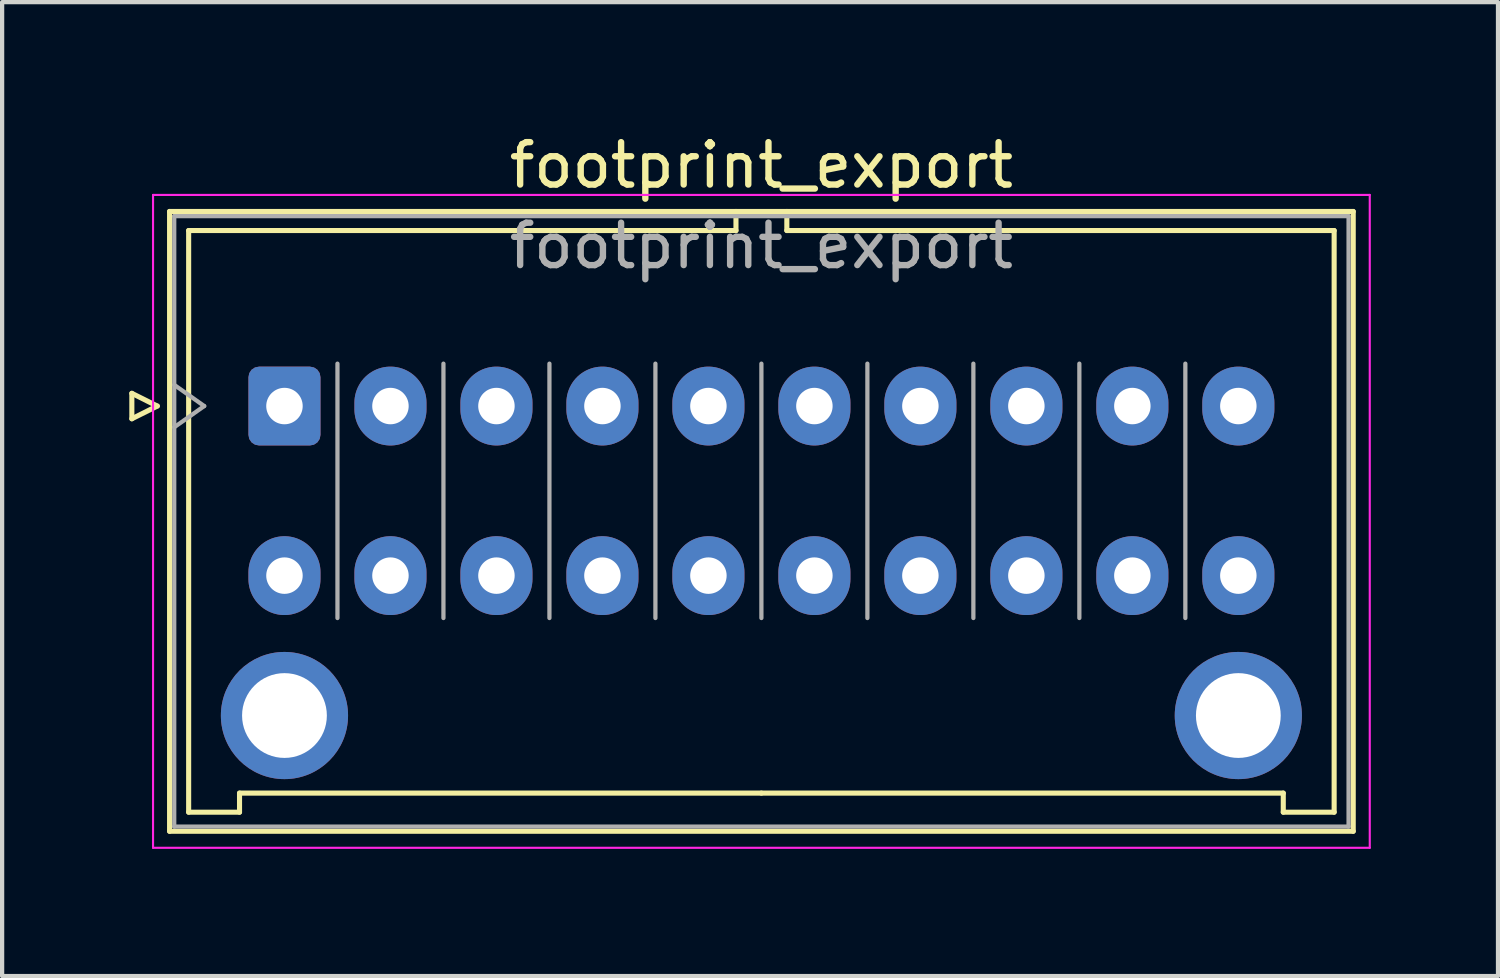
<source format=kicad_pcb>
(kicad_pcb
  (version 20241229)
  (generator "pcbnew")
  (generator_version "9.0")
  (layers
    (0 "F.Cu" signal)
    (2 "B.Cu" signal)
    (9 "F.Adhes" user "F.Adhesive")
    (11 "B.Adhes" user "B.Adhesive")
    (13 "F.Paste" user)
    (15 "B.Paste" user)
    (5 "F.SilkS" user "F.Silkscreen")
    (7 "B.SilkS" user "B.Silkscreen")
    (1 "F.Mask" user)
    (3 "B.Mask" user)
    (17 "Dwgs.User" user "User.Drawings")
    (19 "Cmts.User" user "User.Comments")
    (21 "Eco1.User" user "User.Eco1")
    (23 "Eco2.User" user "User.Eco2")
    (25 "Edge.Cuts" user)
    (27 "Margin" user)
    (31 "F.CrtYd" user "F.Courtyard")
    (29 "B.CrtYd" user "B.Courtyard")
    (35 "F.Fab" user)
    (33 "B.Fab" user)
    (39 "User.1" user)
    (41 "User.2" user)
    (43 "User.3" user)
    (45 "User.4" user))
  (footprint "footprint_export"
    (layer "F.Cu")
    (at 3.66 6.528)
    (property "Reference" "footprint_export" (at 11.25 -5.68 0) (layer "F.SilkS") (effects (font (size 1 1) (thickness 0.15))))
    (attr through_hole)
    (fp_line (start -3.6 -0.3) (end -3 0) (stroke (width 0.12) (type solid)) (layer "F.SilkS"))
    (fp_line (start -3.6 0.3) (end -3.6 -0.3) (stroke (width 0.12) (type solid)) (layer "F.SilkS"))
    (fp_line (start -3 0) (end -3.6 0.3) (stroke (width 0.12) (type solid)) (layer "F.SilkS"))
    (fp_line (start -2.71 -4.59) (end -2.71 10.03) (stroke (width 0.12) (type solid)) (layer "F.SilkS"))
    (fp_line (start -2.71 10.03) (end 25.21 10.03) (stroke (width 0.12) (type solid)) (layer "F.SilkS"))
    (fp_line (start -2.26 -4.14) (end -2.26 9.58) (stroke (width 0.12) (type solid)) (layer "F.SilkS"))
    (fp_line (start -2.26 9.58) (end -1.06 9.58) (stroke (width 0.12) (type solid)) (layer "F.SilkS"))
    (fp_line (start -1.06 9.13) (end 11.25 9.13) (stroke (width 0.12) (type solid)) (layer "F.SilkS"))
    (fp_line (start -1.06 9.58) (end -1.06 9.13) (stroke (width 0.12) (type solid)) (layer "F.SilkS"))
    (fp_line (start 10.65 -4.59) (end 10.65 -4.14) (stroke (width 0.12) (type solid)) (layer "F.SilkS"))
    (fp_line (start 10.65 -4.14) (end -2.26 -4.14) (stroke (width 0.12) (type solid)) (layer "F.SilkS"))
    (fp_line (start 11.85 -4.59) (end 11.85 -4.14) (stroke (width 0.12) (type solid)) (layer "F.SilkS"))
    (fp_line (start 11.85 -4.14) (end 24.76 -4.14) (stroke (width 0.12) (type solid)) (layer "F.SilkS"))
    (fp_line (start 23.56 9.13) (end 11.25 9.13) (stroke (width 0.12) (type solid)) (layer "F.SilkS"))
    (fp_line (start 23.56 9.58) (end 23.56 9.13) (stroke (width 0.12) (type solid)) (layer "F.SilkS"))
    (fp_line (start 24.76 -4.14) (end 24.76 9.58) (stroke (width 0.12) (type solid)) (layer "F.SilkS"))
    (fp_line (start 24.76 9.58) (end 23.56 9.58) (stroke (width 0.12) (type solid)) (layer "F.SilkS"))
    (fp_line (start 25.21 -4.59) (end -2.71 -4.59) (stroke (width 0.12) (type solid)) (layer "F.SilkS"))
    (fp_line (start 25.21 10.03) (end 25.21 -4.59) (stroke (width 0.12) (type solid)) (layer "F.SilkS"))
    (fp_line (start -3.1 -4.98) (end -3.1 10.42) (stroke (width 0.05) (type solid)) (layer "F.CrtYd"))
    (fp_line (start -3.1 10.42) (end 25.6 10.42) (stroke (width 0.05) (type solid)) (layer "F.CrtYd"))
    (fp_line (start 25.6 -4.98) (end -3.1 -4.98) (stroke (width 0.05) (type solid)) (layer "F.CrtYd"))
    (fp_line (start 25.6 10.42) (end 25.6 -4.98) (stroke (width 0.05) (type solid)) (layer "F.CrtYd"))
    (fp_line (start -2.6 -4.48) (end -2.6 9.92) (stroke (width 0.1) (type solid)) (layer "F.Fab"))
    (fp_line (start -2.6 0.5) (end -1.893 0) (stroke (width 0.1) (type solid)) (layer "F.Fab"))
    (fp_line (start -2.6 9.92) (end 25.1 9.92) (stroke (width 0.1) (type solid)) (layer "F.Fab"))
    (fp_line (start -1.893 0) (end -2.6 -0.5) (stroke (width 0.1) (type solid)) (layer "F.Fab"))
    (fp_line (start 1.25 5) (end 1.25 -1) (stroke (width 0.1) (type solid)) (layer "F.Fab"))
    (fp_line (start 3.75 5) (end 3.75 -1) (stroke (width 0.1) (type solid)) (layer "F.Fab"))
    (fp_line (start 6.25 5) (end 6.25 -1) (stroke (width 0.1) (type solid)) (layer "F.Fab"))
    (fp_line (start 8.75 5) (end 8.75 -1) (stroke (width 0.1) (type solid)) (layer "F.Fab"))
    (fp_line (start 11.25 5) (end 11.25 -1) (stroke (width 0.1) (type solid)) (layer "F.Fab"))
    (fp_line (start 13.75 5) (end 13.75 -1) (stroke (width 0.1) (type solid)) (layer "F.Fab"))
    (fp_line (start 16.25 5) (end 16.25 -1) (stroke (width 0.1) (type solid)) (layer "F.Fab"))
    (fp_line (start 18.75 5) (end 18.75 -1) (stroke (width 0.1) (type solid)) (layer "F.Fab"))
    (fp_line (start 21.25 5) (end 21.25 -1) (stroke (width 0.1) (type solid)) (layer "F.Fab"))
    (fp_line (start 25.1 -4.48) (end -2.6 -4.48) (stroke (width 0.1) (type solid)) (layer "F.Fab"))
    (fp_line (start 25.1 9.92) (end 25.1 -4.48) (stroke (width 0.1) (type solid)) (layer "F.Fab"))
    (fp_text user "${REFERENCE}" (at 11.25 -3.78 0) (layer "F.Fab") (effects (font (size 1 1) (thickness 0.15))))
    (pad "" thru_hole circle (at 0 7.3) (size 3 3) (drill 2) (layers "*.Cu" "*.Mask"))
    (pad "" thru_hole circle (at 22.5 7.3) (size 3 3) (drill 2) (layers "*.Cu" "*.Mask"))
    (pad "1" thru_hole roundrect (at 0 0) (size 1.7 1.86) (drill 0.86) (layers "*.Cu" "*.Mask") (roundrect_rratio 0.147))
    (pad "2" thru_hole oval (at 2.5 0) (size 1.7 1.86) (drill 0.86) (layers "*.Cu" "*.Mask"))
    (pad "3" thru_hole oval (at 5 0) (size 1.7 1.86) (drill 0.86) (layers "*.Cu" "*.Mask"))
    (pad "4" thru_hole oval (at 7.5 0) (size 1.7 1.86) (drill 0.86) (layers "*.Cu" "*.Mask"))
    (pad "5" thru_hole oval (at 10 0) (size 1.7 1.86) (drill 0.86) (layers "*.Cu" "*.Mask"))
    (pad "6" thru_hole oval (at 12.5 0) (size 1.7 1.86) (drill 0.86) (layers "*.Cu" "*.Mask"))
    (pad "7" thru_hole oval (at 15 0) (size 1.7 1.86) (drill 0.86) (layers "*.Cu" "*.Mask"))
    (pad "8" thru_hole oval (at 17.5 0) (size 1.7 1.86) (drill 0.86) (layers "*.Cu" "*.Mask"))
    (pad "9" thru_hole oval (at 20 0) (size 1.7 1.86) (drill 0.86) (layers "*.Cu" "*.Mask"))
    (pad "10" thru_hole oval (at 22.5 0) (size 1.7 1.86) (drill 0.86) (layers "*.Cu" "*.Mask"))
    (pad "11" thru_hole oval (at 0 4) (size 1.7 1.86) (drill 0.86) (layers "*.Cu" "*.Mask"))
    (pad "12" thru_hole oval (at 2.5 4) (size 1.7 1.86) (drill 0.86) (layers "*.Cu" "*.Mask"))
    (pad "13" thru_hole oval (at 5 4) (size 1.7 1.86) (drill 0.86) (layers "*.Cu" "*.Mask"))
    (pad "14" thru_hole oval (at 7.5 4) (size 1.7 1.86) (drill 0.86) (layers "*.Cu" "*.Mask"))
    (pad "15" thru_hole oval (at 10 4) (size 1.7 1.86) (drill 0.86) (layers "*.Cu" "*.Mask"))
    (pad "16" thru_hole oval (at 12.5 4) (size 1.7 1.86) (drill 0.86) (layers "*.Cu" "*.Mask"))
    (pad "17" thru_hole oval (at 15 4) (size 1.7 1.86) (drill 0.86) (layers "*.Cu" "*.Mask"))
    (pad "18" thru_hole oval (at 17.5 4) (size 1.7 1.86) (drill 0.86) (layers "*.Cu" "*.Mask"))
    (pad "19" thru_hole oval (at 20 4) (size 1.7 1.86) (drill 0.86) (layers "*.Cu" "*.Mask"))
    (pad "20" thru_hole oval (at 22.5 4) (size 1.7 1.86) (drill 0.86) (layers "*.Cu" "*.Mask")))
  (gr_rect
    (start -3 -3)
    (end 32.285 19.973)
    (stroke (width 0.1) (type default))
    (fill no)
    (layer "Edge.Cuts")))
</source>
